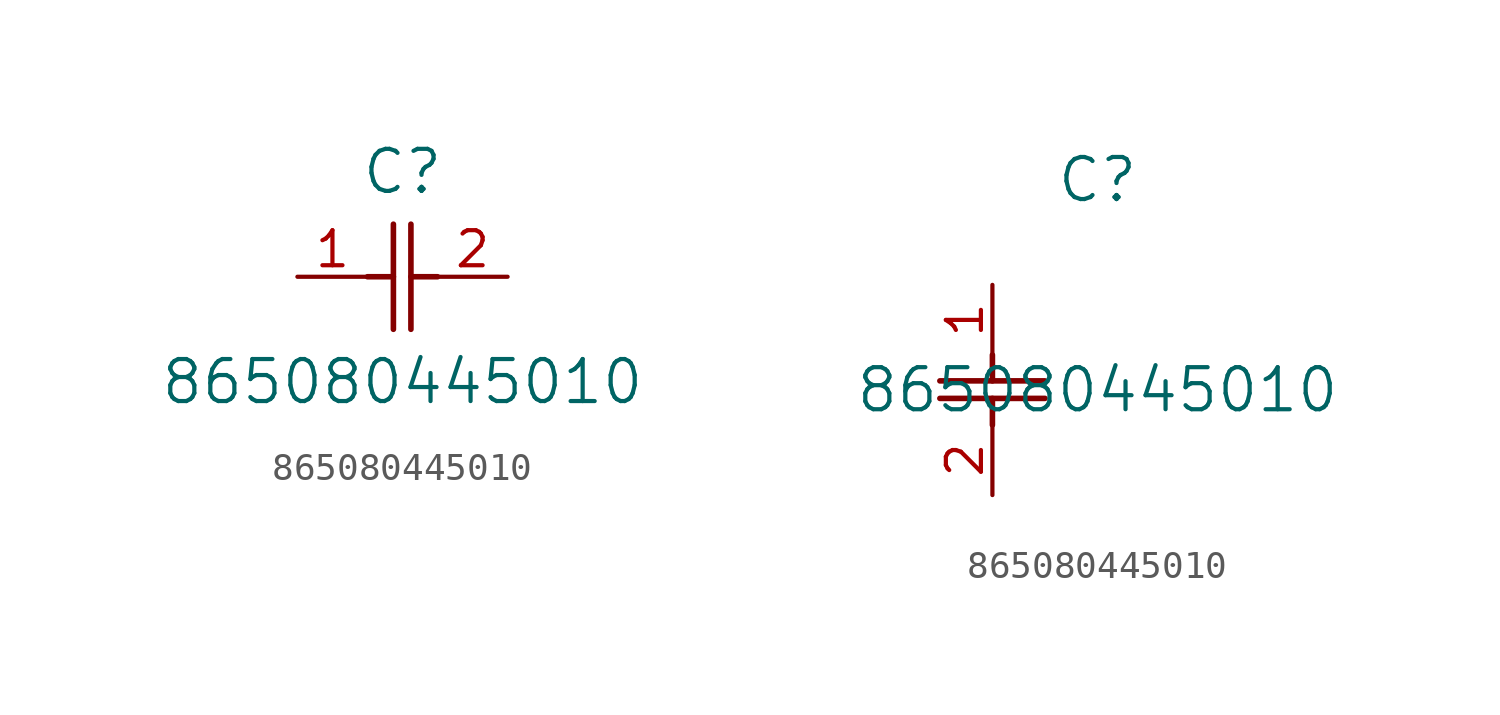
<source format=kicad_sym>
(kicad_symbol_lib
  (version 20211014)
  (generator kicad_symbol_editor)
  (symbol "865080445010"
    (pin_names
      (offset 0.254))
    (property "Reference" "C"
      (at 3.81 3.81 0)
      (effects (font (size 1.524 1.524))))
    (property "Value" "865080445010"
      (at 3.81 -3.81 0)
      (effects (font (size 1.524 1.524))))
    (symbol "865080445010_1_1"
      (polyline (pts (xy 3.48 -1.905) (xy 3.48 1.905)) (stroke (width 0.203) (type default) (color 0 0 0 0)) (fill (type none)))
      (polyline (pts (xy 4.115 -1.905) (xy 4.115 1.905)) (stroke (width 0.203) (type default) (color 0 0 0 0)) (fill (type none)))
      (polyline (pts (xy 4.115 0) (xy 5.08 0)) (stroke (width 0.203) (type default) (color 0 0 0 0)) (fill (type none)))
      (polyline (pts (xy 2.54 0) (xy 3.48 0)) (stroke (width 0.203) (type default) (color 0 0 0 0)) (fill (type none)))
      (pin unspecified line (at 0 0 0) (length 2.54) (name "" (effects (font (size 1.27 1.27)))) (number "1" (effects (font (size 1.27 1.27)))))
      (pin unspecified line (at 7.62 0 180) (length 2.54) (name "" (effects (font (size 1.27 1.27)))) (number "2" (effects (font (size 1.27 1.27))))))
    (symbol "865080445010_1_2"
      (polyline (pts (xy -1.905 -3.48) (xy 1.905 -3.48)) (stroke (width 0.203) (type default) (color 0 0 0 0)) (fill (type none)))
      (polyline (pts (xy -1.905 -4.115) (xy 1.905 -4.115)) (stroke (width 0.203) (type default) (color 0 0 0 0)) (fill (type none)))
      (polyline (pts (xy 0 -4.115) (xy 0 -5.08)) (stroke (width 0.203) (type default) (color 0 0 0 0)) (fill (type none)))
      (polyline (pts (xy 0 -2.54) (xy 0 -3.48)) (stroke (width 0.203) (type default) (color 0 0 0 0)) (fill (type none)))
      (pin unspecified line (at 0 0 270) (length 2.54) (name "" (effects (font (size 1.27 1.27)))) (number "1" (effects (font (size 1.27 1.27)))))
      (pin unspecified line (at 0 -7.62 90) (length 2.54) (name "" (effects (font (size 1.27 1.27)))) (number "2" (effects (font (size 1.27 1.27))))))))
</source>
